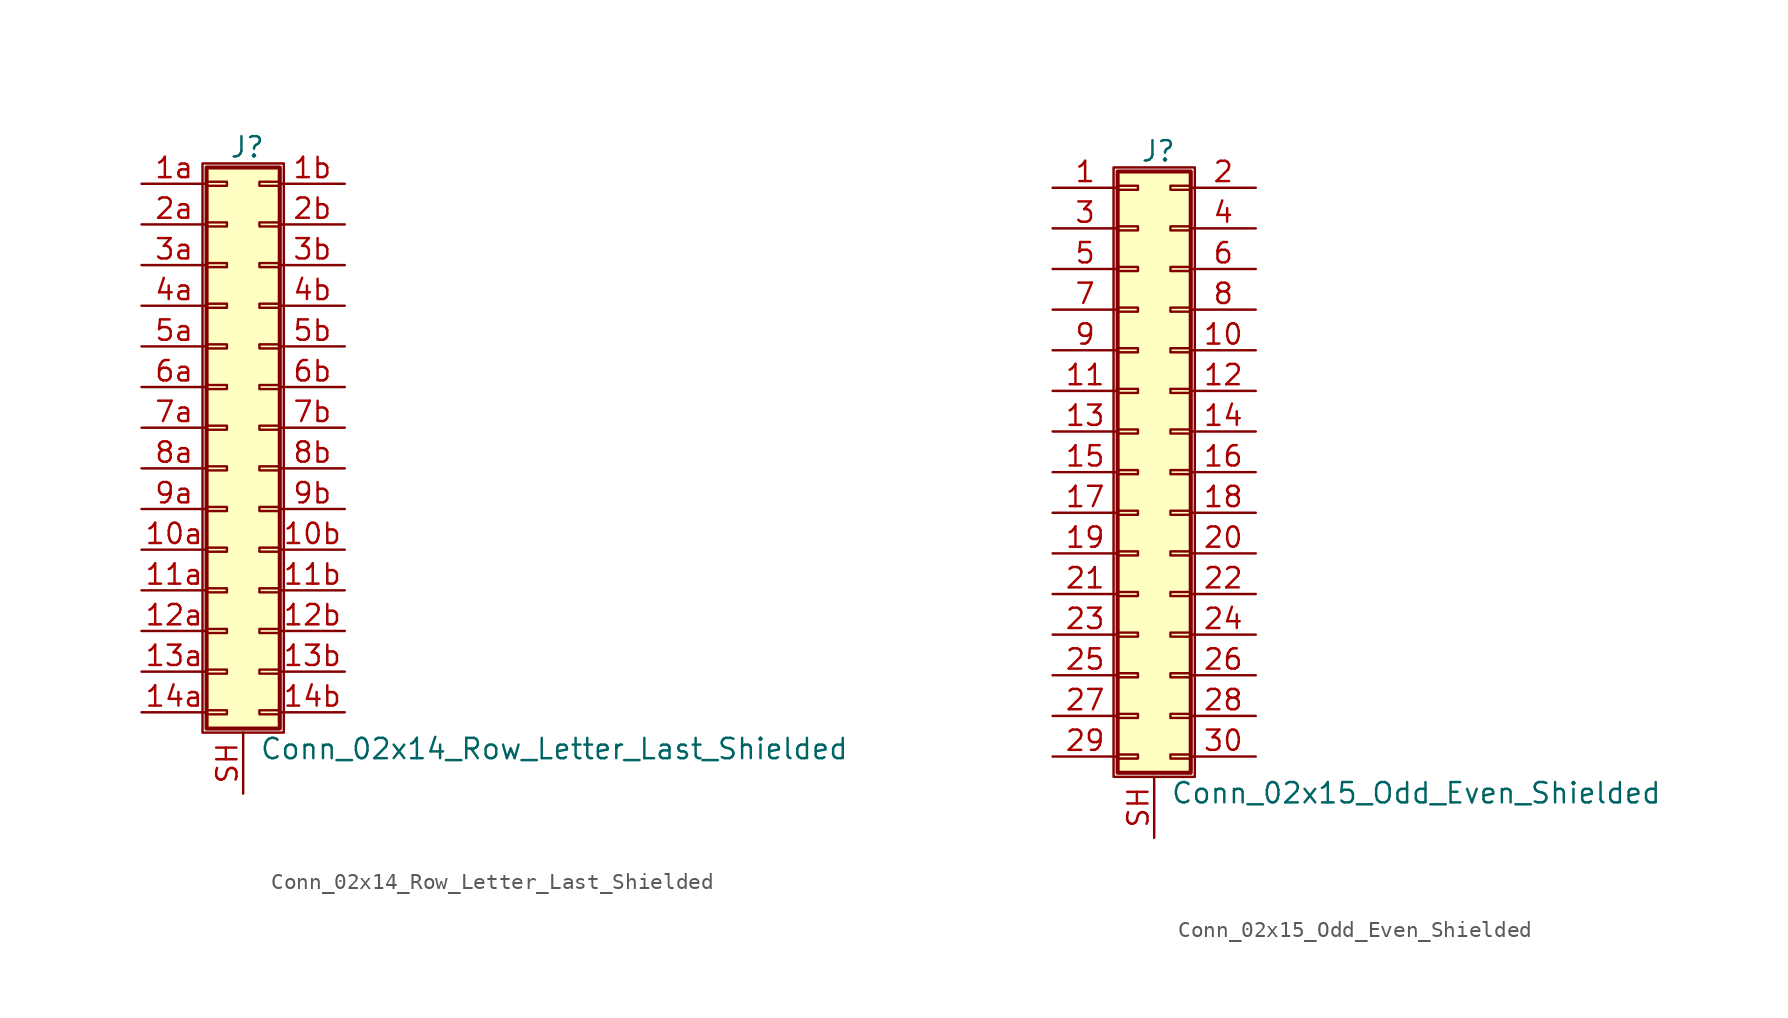
<source format=kicad_sym>
(kicad_symbol_lib
  (version 20201005)
  (generator kicad_symbol_editor)
  (symbol "Conn_02x14_Row_Letter_Last_Shielded"
    (pin_names
      (offset 1.016) hide)
    (property "Reference" "J"
      (at 1.524 17.526 0)
      (effects (font (size 1.27 1.27))))
    (property "Value" "Conn_02x14_Row_Letter_Last_Shielded"
      (at 2.286 -20.066 0)
      (effects (font (size 1.27 1.27)) (justify left)))
    (symbol "Conn_02x14_Row_Letter_Last_Shielded_1_1"
      (rectangle (start -1.27 16.51) (end 3.81 -19.05) (stroke (width 0.152)) (fill (type none)))
      (rectangle (start -1.016 -17.653) (end 0.254 -17.907) (stroke (width 0.152)) (fill (type none)))
      (rectangle (start -1.016 -15.113) (end 0.254 -15.367) (stroke (width 0.152)) (fill (type none)))
      (rectangle (start -1.016 -12.573) (end 0.254 -12.827) (stroke (width 0.152)) (fill (type none)))
      (rectangle (start -1.016 -10.033) (end 0.254 -10.287) (stroke (width 0.152)) (fill (type none)))
      (rectangle (start -1.016 -7.493) (end 0.254 -7.747) (stroke (width 0.152)) (fill (type none)))
      (rectangle (start -1.016 -4.953) (end 0.254 -5.207) (stroke (width 0.152)) (fill (type none)))
      (rectangle (start -1.016 -2.413) (end 0.254 -2.667) (stroke (width 0.152)) (fill (type none)))
      (rectangle (start -1.016 0.127) (end 0.254 -0.127) (stroke (width 0.152)) (fill (type none)))
      (rectangle (start -1.016 2.667) (end 0.254 2.413) (stroke (width 0.152)) (fill (type none)))
      (rectangle (start -1.016 5.207) (end 0.254 4.953) (stroke (width 0.152)) (fill (type none)))
      (rectangle (start -1.016 7.747) (end 0.254 7.493) (stroke (width 0.152)) (fill (type none)))
      (rectangle (start -1.016 10.287) (end 0.254 10.033) (stroke (width 0.152)) (fill (type none)))
      (rectangle (start -1.016 12.827) (end 0.254 12.573) (stroke (width 0.152)) (fill (type none)))
      (rectangle (start -1.016 15.367) (end 0.254 15.113) (stroke (width 0.152)) (fill (type none)))
      (rectangle (start -1.016 16.256) (end 3.556 -18.796) (stroke (width 0.254)) (fill (type background)))
      (rectangle (start 3.556 -17.653) (end 2.286 -17.907) (stroke (width 0.152)) (fill (type none)))
      (rectangle (start 3.556 -15.113) (end 2.286 -15.367) (stroke (width 0.152)) (fill (type none)))
      (rectangle (start 3.556 -12.573) (end 2.286 -12.827) (stroke (width 0.152)) (fill (type none)))
      (rectangle (start 3.556 -10.033) (end 2.286 -10.287) (stroke (width 0.152)) (fill (type none)))
      (rectangle (start 3.556 -7.493) (end 2.286 -7.747) (stroke (width 0.152)) (fill (type none)))
      (rectangle (start 3.556 -4.953) (end 2.286 -5.207) (stroke (width 0.152)) (fill (type none)))
      (rectangle (start 3.556 -2.413) (end 2.286 -2.667) (stroke (width 0.152)) (fill (type none)))
      (rectangle (start 3.556 0.127) (end 2.286 -0.127) (stroke (width 0.152)) (fill (type none)))
      (rectangle (start 3.556 2.667) (end 2.286 2.413) (stroke (width 0.152)) (fill (type none)))
      (rectangle (start 3.556 5.207) (end 2.286 4.953) (stroke (width 0.152)) (fill (type none)))
      (rectangle (start 3.556 7.747) (end 2.286 7.493) (stroke (width 0.152)) (fill (type none)))
      (rectangle (start 3.556 10.287) (end 2.286 10.033) (stroke (width 0.152)) (fill (type none)))
      (rectangle (start 3.556 12.827) (end 2.286 12.573) (stroke (width 0.152)) (fill (type none)))
      (rectangle (start 3.556 15.367) (end 2.286 15.113) (stroke (width 0.152)) (fill (type none)))
      (pin passive line (at -5.08 -7.62 0) (length 4.064) (name "Pin_10a" (effects (font (size 1.27 1.27)))) (number "10a" (effects (font (size 1.27 1.27)))))
      (pin passive line (at 7.62 -7.62 180) (length 4.064) (name "Pin_10b" (effects (font (size 1.27 1.27)))) (number "10b" (effects (font (size 1.27 1.27)))))
      (pin passive line (at -5.08 -10.16 0) (length 4.064) (name "Pin_11a" (effects (font (size 1.27 1.27)))) (number "11a" (effects (font (size 1.27 1.27)))))
      (pin passive line (at 7.62 -10.16 180) (length 4.064) (name "Pin_11b" (effects (font (size 1.27 1.27)))) (number "11b" (effects (font (size 1.27 1.27)))))
      (pin passive line (at -5.08 -12.7 0) (length 4.064) (name "Pin_12a" (effects (font (size 1.27 1.27)))) (number "12a" (effects (font (size 1.27 1.27)))))
      (pin passive line (at 7.62 -12.7 180) (length 4.064) (name "Pin_12b" (effects (font (size 1.27 1.27)))) (number "12b" (effects (font (size 1.27 1.27)))))
      (pin passive line (at -5.08 -15.24 0) (length 4.064) (name "Pin_13a" (effects (font (size 1.27 1.27)))) (number "13a" (effects (font (size 1.27 1.27)))))
      (pin passive line (at 7.62 -15.24 180) (length 4.064) (name "Pin_13b" (effects (font (size 1.27 1.27)))) (number "13b" (effects (font (size 1.27 1.27)))))
      (pin passive line (at -5.08 -17.78 0) (length 4.064) (name "Pin_14a" (effects (font (size 1.27 1.27)))) (number "14a" (effects (font (size 1.27 1.27)))))
      (pin passive line (at 7.62 -17.78 180) (length 4.064) (name "Pin_14b" (effects (font (size 1.27 1.27)))) (number "14b" (effects (font (size 1.27 1.27)))))
      (pin passive line (at -5.08 15.24 0) (length 4.064) (name "Pin_1a" (effects (font (size 1.27 1.27)))) (number "1a" (effects (font (size 1.27 1.27)))))
      (pin passive line (at 7.62 15.24 180) (length 4.064) (name "Pin_1b" (effects (font (size 1.27 1.27)))) (number "1b" (effects (font (size 1.27 1.27)))))
      (pin passive line (at -5.08 12.7 0) (length 4.064) (name "Pin_2a" (effects (font (size 1.27 1.27)))) (number "2a" (effects (font (size 1.27 1.27)))))
      (pin passive line (at 7.62 12.7 180) (length 4.064) (name "Pin_2b" (effects (font (size 1.27 1.27)))) (number "2b" (effects (font (size 1.27 1.27)))))
      (pin passive line (at -5.08 10.16 0) (length 4.064) (name "Pin_3a" (effects (font (size 1.27 1.27)))) (number "3a" (effects (font (size 1.27 1.27)))))
      (pin passive line (at 7.62 10.16 180) (length 4.064) (name "Pin_3b" (effects (font (size 1.27 1.27)))) (number "3b" (effects (font (size 1.27 1.27)))))
      (pin passive line (at -5.08 7.62 0) (length 4.064) (name "Pin_4a" (effects (font (size 1.27 1.27)))) (number "4a" (effects (font (size 1.27 1.27)))))
      (pin passive line (at 7.62 7.62 180) (length 4.064) (name "Pin_4b" (effects (font (size 1.27 1.27)))) (number "4b" (effects (font (size 1.27 1.27)))))
      (pin passive line (at -5.08 5.08 0) (length 4.064) (name "Pin_5a" (effects (font (size 1.27 1.27)))) (number "5a" (effects (font (size 1.27 1.27)))))
      (pin passive line (at 7.62 5.08 180) (length 4.064) (name "Pin_5b" (effects (font (size 1.27 1.27)))) (number "5b" (effects (font (size 1.27 1.27)))))
      (pin passive line (at -5.08 2.54 0) (length 4.064) (name "Pin_6a" (effects (font (size 1.27 1.27)))) (number "6a" (effects (font (size 1.27 1.27)))))
      (pin passive line (at 7.62 2.54 180) (length 4.064) (name "Pin_6b" (effects (font (size 1.27 1.27)))) (number "6b" (effects (font (size 1.27 1.27)))))
      (pin passive line (at -5.08 0 0) (length 4.064) (name "Pin_7a" (effects (font (size 1.27 1.27)))) (number "7a" (effects (font (size 1.27 1.27)))))
      (pin passive line (at 7.62 0 180) (length 4.064) (name "Pin_7b" (effects (font (size 1.27 1.27)))) (number "7b" (effects (font (size 1.27 1.27)))))
      (pin passive line (at -5.08 -2.54 0) (length 4.064) (name "Pin_8a" (effects (font (size 1.27 1.27)))) (number "8a" (effects (font (size 1.27 1.27)))))
      (pin passive line (at 7.62 -2.54 180) (length 4.064) (name "Pin_8b" (effects (font (size 1.27 1.27)))) (number "8b" (effects (font (size 1.27 1.27)))))
      (pin passive line (at -5.08 -5.08 0) (length 4.064) (name "Pin_9a" (effects (font (size 1.27 1.27)))) (number "9a" (effects (font (size 1.27 1.27)))))
      (pin passive line (at 7.62 -5.08 180) (length 4.064) (name "Pin_9b" (effects (font (size 1.27 1.27)))) (number "9b" (effects (font (size 1.27 1.27)))))
      (pin passive line (at 1.27 -22.86 90) (length 3.81) (name "Shield" (effects (font (size 1.27 1.27)))) (number "SH" (effects (font (size 1.27 1.27)))))))
  (symbol "Conn_02x15_Odd_Even_Shielded"
    (pin_names
      (offset 1.016) hide)
    (property "Reference" "J"
      (at 1.524 20.066 0)
      (effects (font (size 1.27 1.27))))
    (property "Value" "Conn_02x15_Odd_Even_Shielded"
      (at 2.286 -20.066 0)
      (effects (font (size 1.27 1.27)) (justify left)))
    (symbol "Conn_02x15_Odd_Even_Shielded_1_1"
      (rectangle (start -1.27 19.05) (end 3.81 -19.05) (stroke (width 0.152)) (fill (type none)))
      (rectangle (start -1.016 -17.653) (end 0.254 -17.907) (stroke (width 0.152)) (fill (type none)))
      (rectangle (start -1.016 -15.113) (end 0.254 -15.367) (stroke (width 0.152)) (fill (type none)))
      (rectangle (start -1.016 -12.573) (end 0.254 -12.827) (stroke (width 0.152)) (fill (type none)))
      (rectangle (start -1.016 -10.033) (end 0.254 -10.287) (stroke (width 0.152)) (fill (type none)))
      (rectangle (start -1.016 -7.493) (end 0.254 -7.747) (stroke (width 0.152)) (fill (type none)))
      (rectangle (start -1.016 -4.953) (end 0.254 -5.207) (stroke (width 0.152)) (fill (type none)))
      (rectangle (start -1.016 -2.413) (end 0.254 -2.667) (stroke (width 0.152)) (fill (type none)))
      (rectangle (start -1.016 0.127) (end 0.254 -0.127) (stroke (width 0.152)) (fill (type none)))
      (rectangle (start -1.016 2.667) (end 0.254 2.413) (stroke (width 0.152)) (fill (type none)))
      (rectangle (start -1.016 5.207) (end 0.254 4.953) (stroke (width 0.152)) (fill (type none)))
      (rectangle (start -1.016 7.747) (end 0.254 7.493) (stroke (width 0.152)) (fill (type none)))
      (rectangle (start -1.016 10.287) (end 0.254 10.033) (stroke (width 0.152)) (fill (type none)))
      (rectangle (start -1.016 12.827) (end 0.254 12.573) (stroke (width 0.152)) (fill (type none)))
      (rectangle (start -1.016 15.367) (end 0.254 15.113) (stroke (width 0.152)) (fill (type none)))
      (rectangle (start -1.016 17.907) (end 0.254 17.653) (stroke (width 0.152)) (fill (type none)))
      (rectangle (start -1.016 18.796) (end 3.556 -18.796) (stroke (width 0.254)) (fill (type background)))
      (rectangle (start 3.556 -17.653) (end 2.286 -17.907) (stroke (width 0.152)) (fill (type none)))
      (rectangle (start 3.556 -15.113) (end 2.286 -15.367) (stroke (width 0.152)) (fill (type none)))
      (rectangle (start 3.556 -12.573) (end 2.286 -12.827) (stroke (width 0.152)) (fill (type none)))
      (rectangle (start 3.556 -10.033) (end 2.286 -10.287) (stroke (width 0.152)) (fill (type none)))
      (rectangle (start 3.556 -7.493) (end 2.286 -7.747) (stroke (width 0.152)) (fill (type none)))
      (rectangle (start 3.556 -4.953) (end 2.286 -5.207) (stroke (width 0.152)) (fill (type none)))
      (rectangle (start 3.556 -2.413) (end 2.286 -2.667) (stroke (width 0.152)) (fill (type none)))
      (rectangle (start 3.556 0.127) (end 2.286 -0.127) (stroke (width 0.152)) (fill (type none)))
      (rectangle (start 3.556 2.667) (end 2.286 2.413) (stroke (width 0.152)) (fill (type none)))
      (rectangle (start 3.556 5.207) (end 2.286 4.953) (stroke (width 0.152)) (fill (type none)))
      (rectangle (start 3.556 7.747) (end 2.286 7.493) (stroke (width 0.152)) (fill (type none)))
      (rectangle (start 3.556 10.287) (end 2.286 10.033) (stroke (width 0.152)) (fill (type none)))
      (rectangle (start 3.556 12.827) (end 2.286 12.573) (stroke (width 0.152)) (fill (type none)))
      (rectangle (start 3.556 15.367) (end 2.286 15.113) (stroke (width 0.152)) (fill (type none)))
      (rectangle (start 3.556 17.907) (end 2.286 17.653) (stroke (width 0.152)) (fill (type none)))
      (pin passive line (at -5.08 17.78 0) (length 4.064) (name "Pin_1" (effects (font (size 1.27 1.27)))) (number "1" (effects (font (size 1.27 1.27)))))
      (pin passive line (at 7.62 7.62 180) (length 4.064) (name "Pin_10" (effects (font (size 1.27 1.27)))) (number "10" (effects (font (size 1.27 1.27)))))
      (pin passive line (at -5.08 5.08 0) (length 4.064) (name "Pin_11" (effects (font (size 1.27 1.27)))) (number "11" (effects (font (size 1.27 1.27)))))
      (pin passive line (at 7.62 5.08 180) (length 4.064) (name "Pin_12" (effects (font (size 1.27 1.27)))) (number "12" (effects (font (size 1.27 1.27)))))
      (pin passive line (at -5.08 2.54 0) (length 4.064) (name "Pin_13" (effects (font (size 1.27 1.27)))) (number "13" (effects (font (size 1.27 1.27)))))
      (pin passive line (at 7.62 2.54 180) (length 4.064) (name "Pin_14" (effects (font (size 1.27 1.27)))) (number "14" (effects (font (size 1.27 1.27)))))
      (pin passive line (at -5.08 0 0) (length 4.064) (name "Pin_15" (effects (font (size 1.27 1.27)))) (number "15" (effects (font (size 1.27 1.27)))))
      (pin passive line (at 7.62 0 180) (length 4.064) (name "Pin_16" (effects (font (size 1.27 1.27)))) (number "16" (effects (font (size 1.27 1.27)))))
      (pin passive line (at -5.08 -2.54 0) (length 4.064) (name "Pin_17" (effects (font (size 1.27 1.27)))) (number "17" (effects (font (size 1.27 1.27)))))
      (pin passive line (at 7.62 -2.54 180) (length 4.064) (name "Pin_18" (effects (font (size 1.27 1.27)))) (number "18" (effects (font (size 1.27 1.27)))))
      (pin passive line (at -5.08 -5.08 0) (length 4.064) (name "Pin_19" (effects (font (size 1.27 1.27)))) (number "19" (effects (font (size 1.27 1.27)))))
      (pin passive line (at 7.62 17.78 180) (length 4.064) (name "Pin_2" (effects (font (size 1.27 1.27)))) (number "2" (effects (font (size 1.27 1.27)))))
      (pin passive line (at 7.62 -5.08 180) (length 4.064) (name "Pin_20" (effects (font (size 1.27 1.27)))) (number "20" (effects (font (size 1.27 1.27)))))
      (pin passive line (at -5.08 -7.62 0) (length 4.064) (name "Pin_21" (effects (font (size 1.27 1.27)))) (number "21" (effects (font (size 1.27 1.27)))))
      (pin passive line (at 7.62 -7.62 180) (length 4.064) (name "Pin_22" (effects (font (size 1.27 1.27)))) (number "22" (effects (font (size 1.27 1.27)))))
      (pin passive line (at -5.08 -10.16 0) (length 4.064) (name "Pin_23" (effects (font (size 1.27 1.27)))) (number "23" (effects (font (size 1.27 1.27)))))
      (pin passive line (at 7.62 -10.16 180) (length 4.064) (name "Pin_24" (effects (font (size 1.27 1.27)))) (number "24" (effects (font (size 1.27 1.27)))))
      (pin passive line (at -5.08 -12.7 0) (length 4.064) (name "Pin_25" (effects (font (size 1.27 1.27)))) (number "25" (effects (font (size 1.27 1.27)))))
      (pin passive line (at 7.62 -12.7 180) (length 4.064) (name "Pin_26" (effects (font (size 1.27 1.27)))) (number "26" (effects (font (size 1.27 1.27)))))
      (pin passive line (at -5.08 -15.24 0) (length 4.064) (name "Pin_27" (effects (font (size 1.27 1.27)))) (number "27" (effects (font (size 1.27 1.27)))))
      (pin passive line (at 7.62 -15.24 180) (length 4.064) (name "Pin_28" (effects (font (size 1.27 1.27)))) (number "28" (effects (font (size 1.27 1.27)))))
      (pin passive line (at -5.08 -17.78 0) (length 4.064) (name "Pin_29" (effects (font (size 1.27 1.27)))) (number "29" (effects (font (size 1.27 1.27)))))
      (pin passive line (at -5.08 15.24 0) (length 4.064) (name "Pin_3" (effects (font (size 1.27 1.27)))) (number "3" (effects (font (size 1.27 1.27)))))
      (pin passive line (at 7.62 -17.78 180) (length 4.064) (name "Pin_30" (effects (font (size 1.27 1.27)))) (number "30" (effects (font (size 1.27 1.27)))))
      (pin passive line (at 7.62 15.24 180) (length 4.064) (name "Pin_4" (effects (font (size 1.27 1.27)))) (number "4" (effects (font (size 1.27 1.27)))))
      (pin passive line (at -5.08 12.7 0) (length 4.064) (name "Pin_5" (effects (font (size 1.27 1.27)))) (number "5" (effects (font (size 1.27 1.27)))))
      (pin passive line (at 7.62 12.7 180) (length 4.064) (name "Pin_6" (effects (font (size 1.27 1.27)))) (number "6" (effects (font (size 1.27 1.27)))))
      (pin passive line (at -5.08 10.16 0) (length 4.064) (name "Pin_7" (effects (font (size 1.27 1.27)))) (number "7" (effects (font (size 1.27 1.27)))))
      (pin passive line (at 7.62 10.16 180) (length 4.064) (name "Pin_8" (effects (font (size 1.27 1.27)))) (number "8" (effects (font (size 1.27 1.27)))))
      (pin passive line (at -5.08 7.62 0) (length 4.064) (name "Pin_9" (effects (font (size 1.27 1.27)))) (number "9" (effects (font (size 1.27 1.27)))))
      (pin passive line (at 1.27 -22.86 90) (length 3.81) (name "Shield" (effects (font (size 1.27 1.27)))) (number "SH" (effects (font (size 1.27 1.27))))))))
</source>
